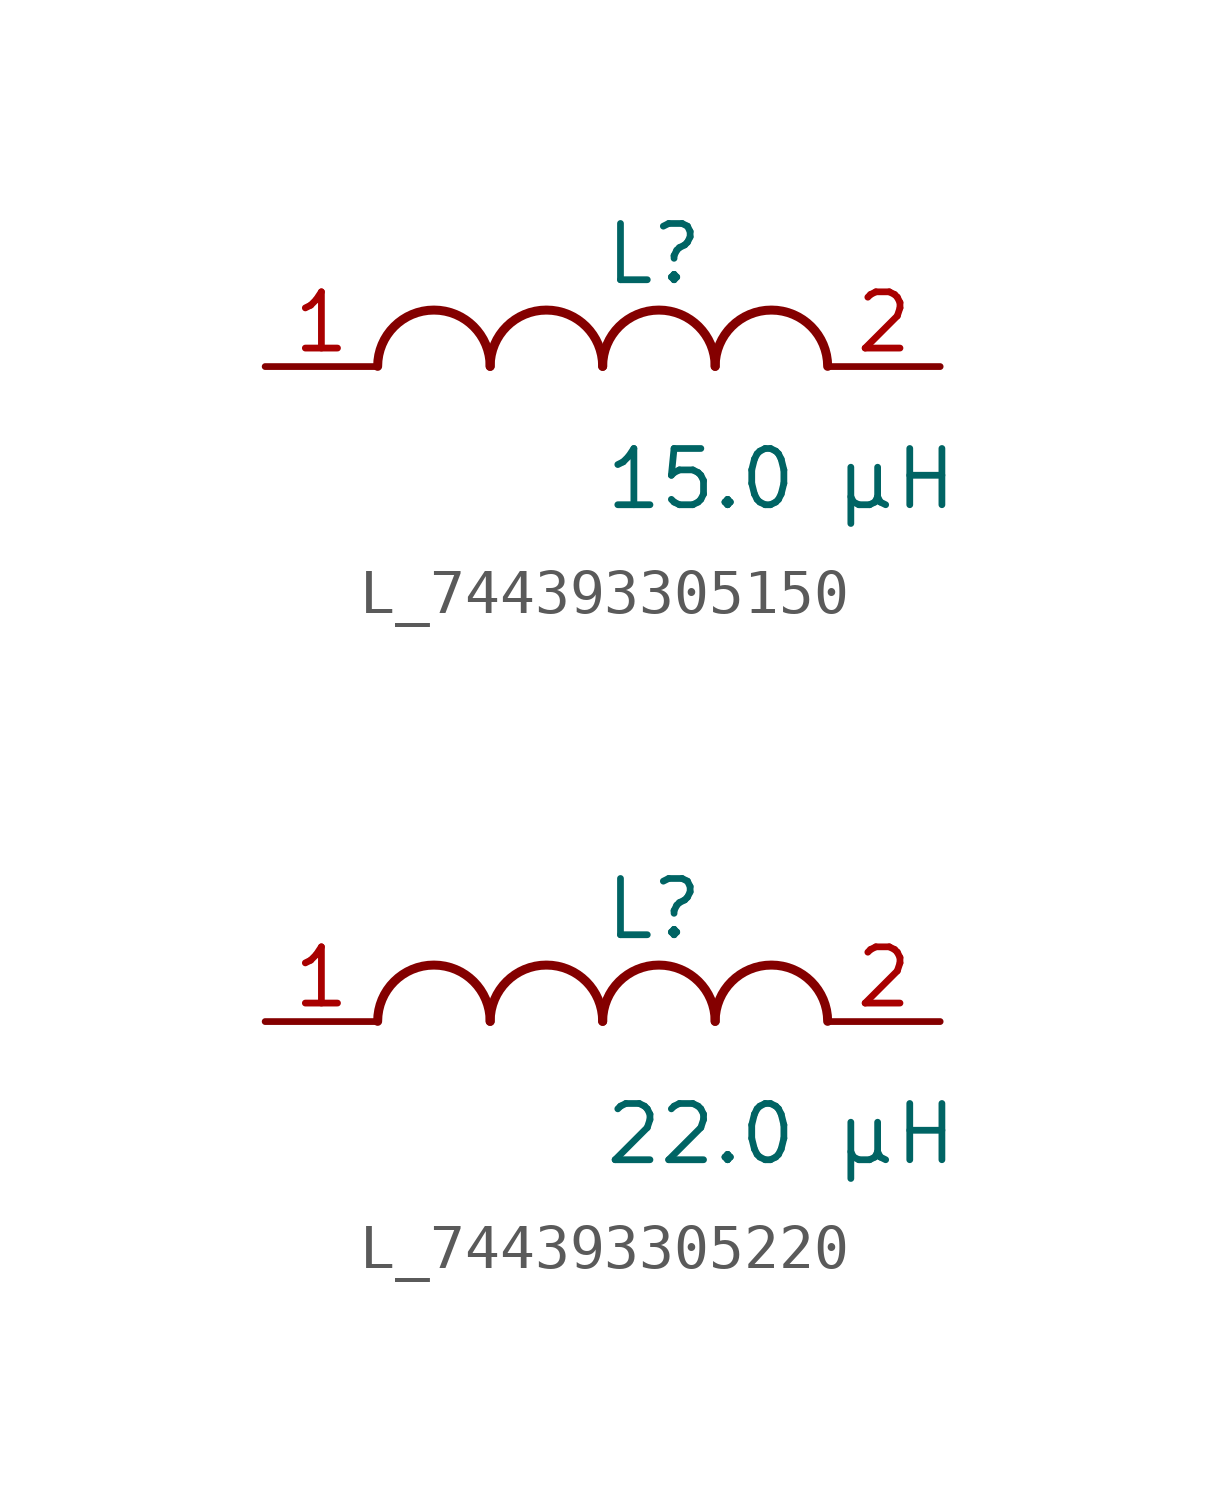
<source format=kicad_sym>
(kicad_symbol_lib
  (version 20231120)
  (generator kicad_symbol_editor)
  (generator_version 8.0)
  (symbol "L_744393305150"
    (pin_names
      (offset 0.254))
    (property "Reference" "L"
      (at 0 2.54 0)
      (effects (font (size 1.27 1.27)) (justify left)))
    (property "Value" "15.0 µH"
      (at 0 -2.54 0)
      (effects (font (size 1.27 1.27)) (justify left)))
    (symbol "L_744393305150_1_1"
      (arc (start -2.54 0.0056) (mid -3.81 1.27) (end -5.08 0.0056) (stroke (width 0.2032) (type default)) (fill (type none)))
      (arc (start 0 0.0056) (mid -1.27 1.27) (end -2.54 0.0056) (stroke (width 0.2032) (type default)) (fill (type none)))
      (arc (start 2.54 0.0056) (mid 1.27 1.27) (end 0 0.0056) (stroke (width 0.2032) (type default)) (fill (type none)))
      (arc (start 5.08 0.0056) (mid 3.81 1.27) (end 2.54 0.0056) (stroke (width 0.2032) (type default)) (fill (type none)))
      (pin unspecified line (at -7.62 0 0) (length 2.54) (name "" (effects (font (size 1.27 1.27)))) (number "1" (effects (font (size 1.27 1.27)))))
      (pin unspecified line (at 7.62 0 180) (length 2.54) (name "" (effects (font (size 1.27 1.27)))) (number "2" (effects (font (size 1.27 1.27)))))))
  (symbol "L_744393305220"
    (pin_names
      (offset 0.254))
    (property "Reference" "L"
      (at 0 2.54 0)
      (effects (font (size 1.27 1.27)) (justify left)))
    (property "Value" "22.0 µH"
      (at 0 -2.54 0)
      (effects (font (size 1.27 1.27)) (justify left)))
    (symbol "L_744393305220_1_1"
      (arc (start -2.54 0.0056) (mid -3.81 1.27) (end -5.08 0.0056) (stroke (width 0.2032) (type default)) (fill (type none)))
      (arc (start 0 0.0056) (mid -1.27 1.27) (end -2.54 0.0056) (stroke (width 0.2032) (type default)) (fill (type none)))
      (arc (start 2.54 0.0056) (mid 1.27 1.27) (end 0 0.0056) (stroke (width 0.2032) (type default)) (fill (type none)))
      (arc (start 5.08 0.0056) (mid 3.81 1.27) (end 2.54 0.0056) (stroke (width 0.2032) (type default)) (fill (type none)))
      (pin unspecified line (at -7.62 0 0) (length 2.54) (name "" (effects (font (size 1.27 1.27)))) (number "1" (effects (font (size 1.27 1.27)))))
      (pin unspecified line (at 7.62 0 180) (length 2.54) (name "" (effects (font (size 1.27 1.27)))) (number "2" (effects (font (size 1.27 1.27))))))))
</source>
